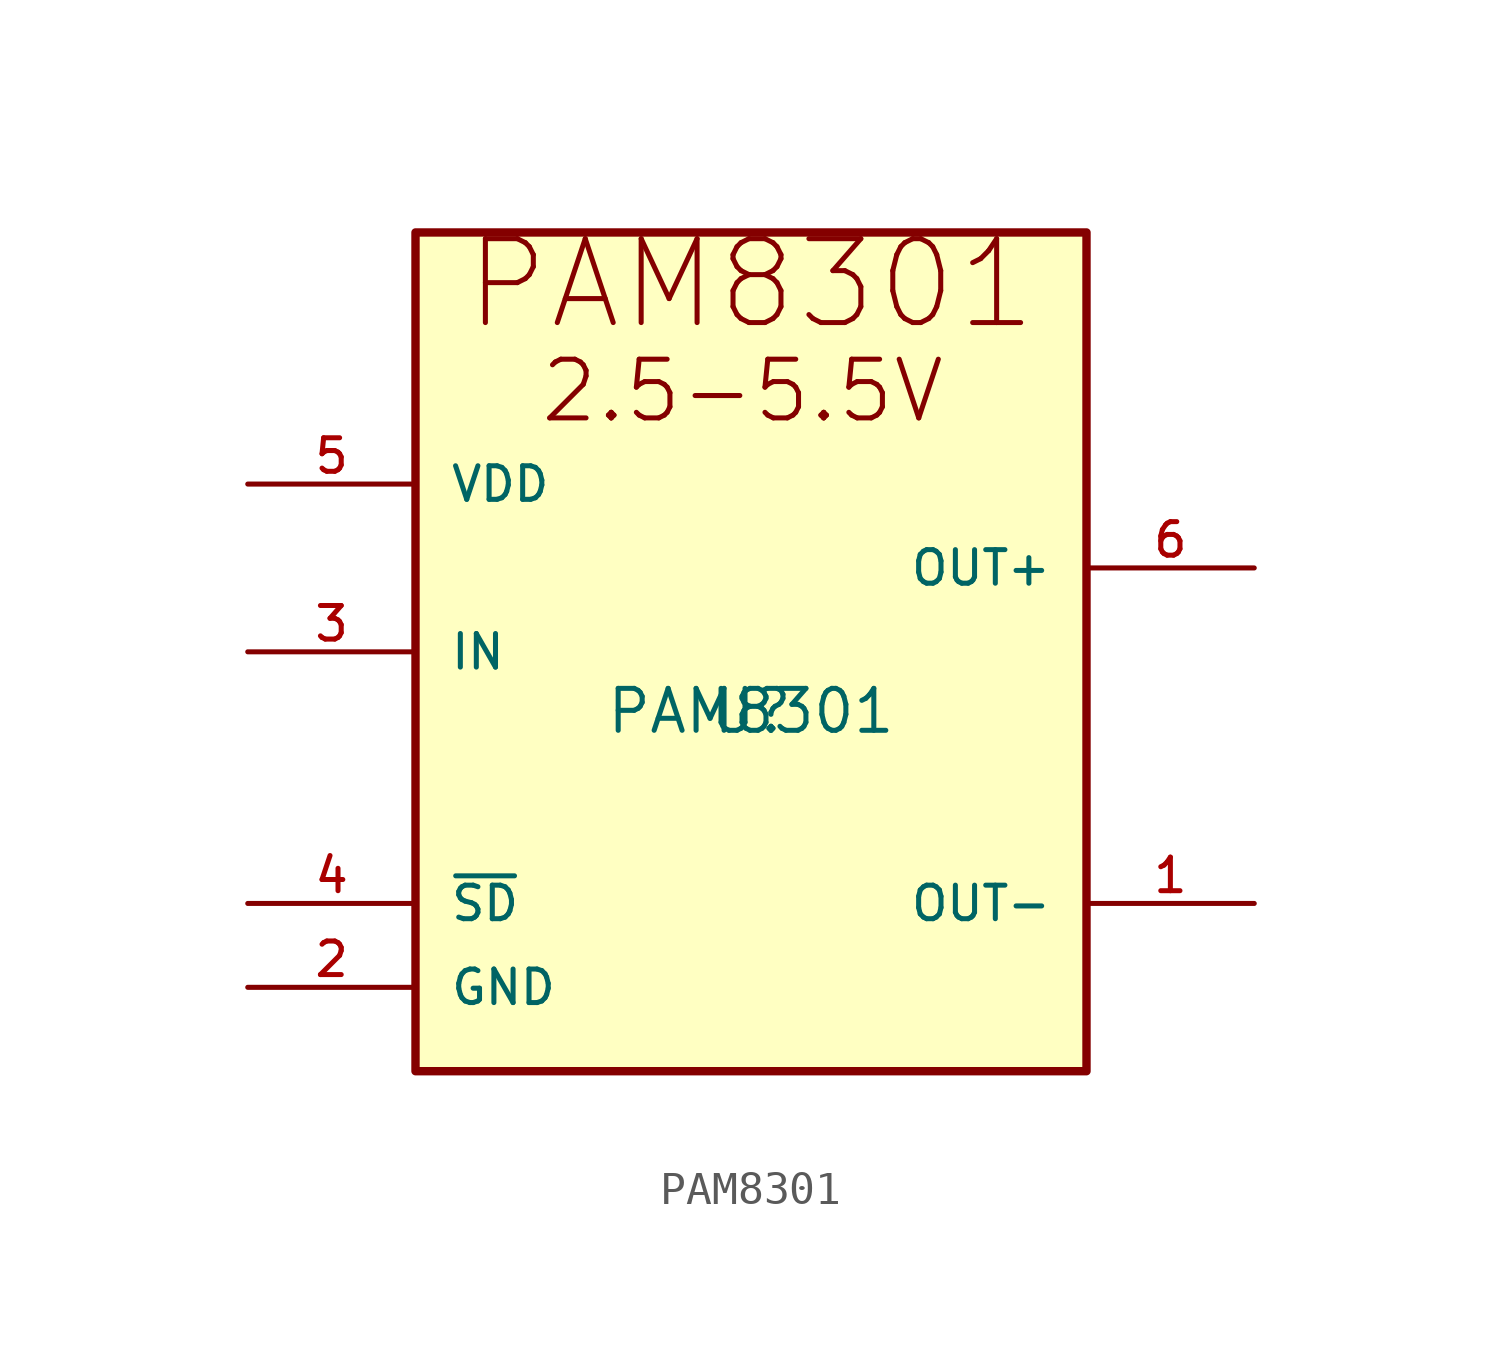
<source format=kicad_sym>
(kicad_symbol_lib
  (version 20211014)
  (generator kicad_symbol_editor)
  (symbol "PAM8301"
    (pin_names
      (offset 1.016))
    (property "Reference" "U"
      (at 0 0 0)
      (effects (font (size 1.27 1.27)) (justify bottom)))
    (property "Value" "PAM8301"
      (at 0 0.0 0)
      (effects (font (size 1.27 1.27)) (justify bottom)))
    (symbol "PAM8301_0_0"
      (text "PAM8301" (at 0.0 12.192 0) (effects (font (size 2.54 2.54)) (justify bottom)))
      (text "2.5-5.5V" (at -0.254 9.398 0) (effects (font (size 1.778 1.778)) (justify bottom)))
      (rectangle (start -10.16 -10.16) (end 10.16 15.24) (stroke (width 0.254)) (fill (type background)))
      (pin bidirectional line (at -15.24 7.62 0) (length 5.08) (name "VDD" (effects (font (size 1.016 1.016)))) (number "5" (effects (font (size 1.016 1.016)))))
      (pin bidirectional line (at -15.24 -5.08 0) (length 5.08) (name "~{SD}" (effects (font (size 1.016 1.016)))) (number "4" (effects (font (size 1.016 1.016)))))
      (pin bidirectional line (at -15.24 -7.62 0) (length 5.08) (name "GND" (effects (font (size 1.016 1.016)))) (number "2" (effects (font (size 1.016 1.016)))))
      (pin bidirectional line (at -15.24 2.54 0) (length 5.08) (name "IN" (effects (font (size 1.016 1.016)))) (number "3" (effects (font (size 1.016 1.016)))))
      (pin bidirectional line (at 15.24 5.08 180.0) (length 5.08) (name "OUT+" (effects (font (size 1.016 1.016)))) (number "6" (effects (font (size 1.016 1.016)))))
      (pin bidirectional line (at 15.24 -5.08 180.0) (length 5.08) (name "OUT-" (effects (font (size 1.016 1.016)))) (number "1" (effects (font (size 1.016 1.016))))))))
</source>
